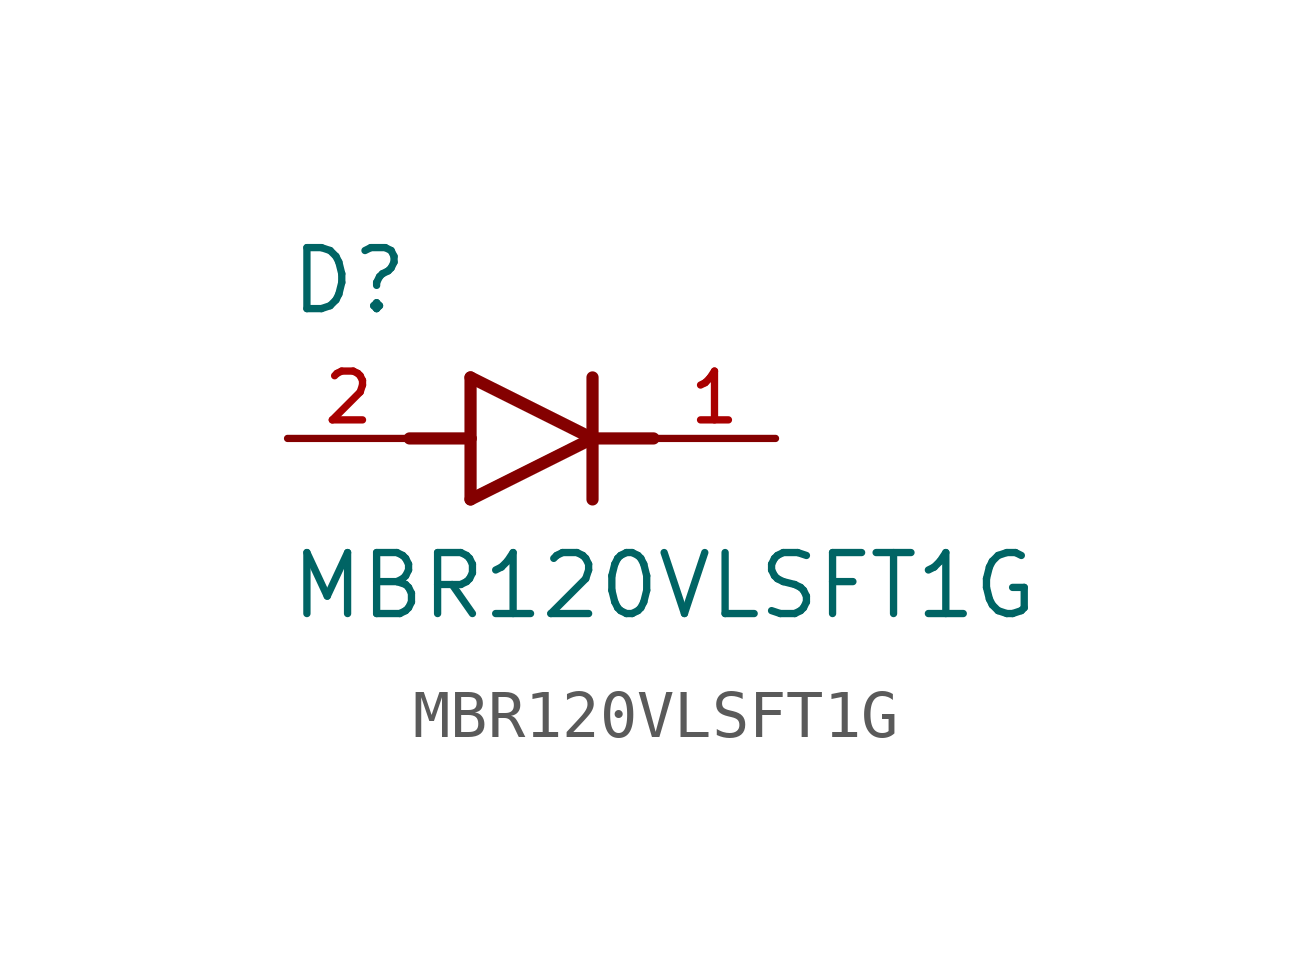
<source format=kicad_sym>
(kicad_symbol_lib
  (version 20211014)
  (generator kicad_symbol_editor)
  (symbol "MBR120VLSFT1G"
    (pin_names
      (offset 1.016))
    (property "Reference" "D"
      (at -5.08 2.54 0)
      (effects (font (size 1.27 1.27)) (justify bottom left)))
    (property "Value" "MBR120VLSFT1G"
      (at -5.08 -3.81 0)
      (effects (font (size 1.27 1.27)) (justify bottom left)))
    (symbol "MBR120VLSFT1G_0_0"
      (polyline (pts (xy -1.27 -1.27) (xy 1.27 0.0)) (stroke (width 0.254)))
      (polyline (pts (xy 1.27 0.0) (xy -1.27 1.27)) (stroke (width 0.254)))
      (polyline (pts (xy 1.27 1.27) (xy 1.27 0.0)) (stroke (width 0.254)))
      (polyline (pts (xy -1.27 1.27) (xy -1.27 0.0)) (stroke (width 0.254)))
      (polyline (pts (xy -1.27 0.0) (xy -1.27 -1.27)) (stroke (width 0.254)))
      (polyline (pts (xy 1.27 0.0) (xy 1.27 -1.27)) (stroke (width 0.254)))
      (polyline (pts (xy -2.54 0.0) (xy -1.27 0.0)) (stroke (width 0.254)))
      (polyline (pts (xy 1.27 0.0) (xy 2.54 0.0)) (stroke (width 0.254)))
      (pin passive line (at 5.08 0.0 180.0) (length 2.54) (name "~" (effects (font (size 1.016 1.016)))) (number "1" (effects (font (size 1.016 1.016)))))
      (pin passive line (at -5.08 0.0 0) (length 2.54) (name "~" (effects (font (size 1.016 1.016)))) (number "2" (effects (font (size 1.016 1.016))))))))
</source>
